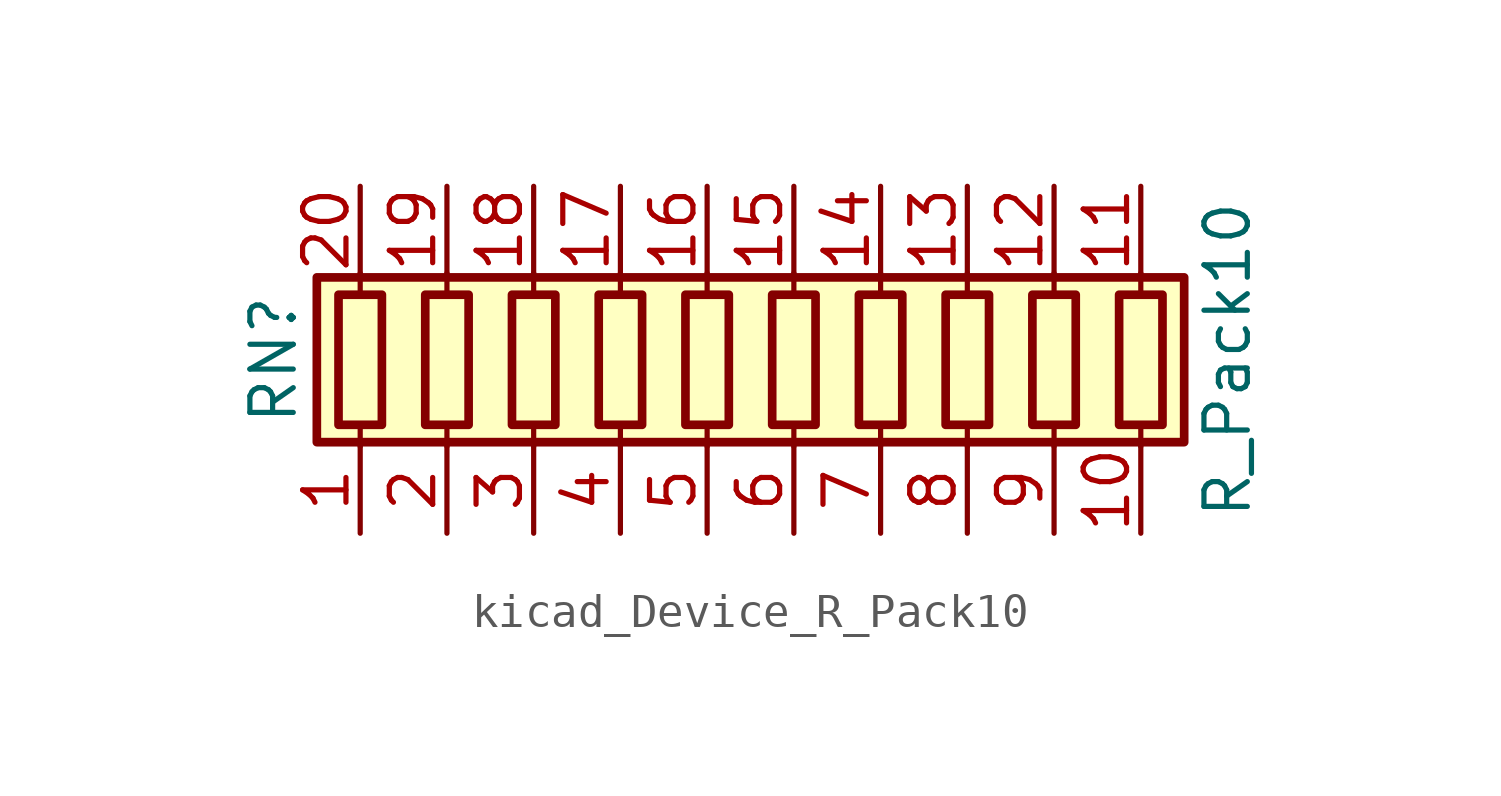
<source format=kicad_sym>
(kicad_symbol_lib
  (version 20220914)
  (generator kicad_symbol_editor)
  (symbol "kicad_Device_R_Pack10"
    (pin_names
      (offset 0) hide)
    (property "Reference" "RN"
      (at -15.24 0 90)
      (effects (font (size 1.27 1.27))))
    (property "Value" "R_Pack10"
      (at 12.7 0 90)
      (effects (font (size 1.27 1.27))))
    (symbol "kicad_Device_R_Pack10_0_1"
      (rectangle (start -13.97 -2.413) (end 11.43 2.413) (stroke (width 0.254) (type default)) (fill (type background)))
      (rectangle (start -13.335 1.905) (end -12.065 -1.905) (stroke (width 0.254) (type default)) (fill (type none)))
      (rectangle (start -10.795 1.905) (end -9.525 -1.905) (stroke (width 0.254) (type default)) (fill (type none)))
      (rectangle (start -8.255 1.905) (end -6.985 -1.905) (stroke (width 0.254) (type default)) (fill (type none)))
      (rectangle (start -5.715 1.905) (end -4.445 -1.905) (stroke (width 0.254) (type default)) (fill (type none)))
      (rectangle (start -3.175 1.905) (end -1.905 -1.905) (stroke (width 0.254) (type default)) (fill (type none)))
      (rectangle (start -0.635 1.905) (end 0.635 -1.905) (stroke (width 0.254) (type default)) (fill (type none)))
      (polyline (pts (xy -12.7 -2.54) (xy -12.7 -1.905)) (stroke (width 0) (type default)) (fill (type none)))
      (polyline (pts (xy -12.7 1.905) (xy -12.7 2.54)) (stroke (width 0) (type default)) (fill (type none)))
      (polyline (pts (xy -10.16 -2.54) (xy -10.16 -1.905)) (stroke (width 0) (type default)) (fill (type none)))
      (polyline (pts (xy -10.16 1.905) (xy -10.16 2.54)) (stroke (width 0) (type default)) (fill (type none)))
      (polyline (pts (xy -7.62 -2.54) (xy -7.62 -1.905)) (stroke (width 0) (type default)) (fill (type none)))
      (polyline (pts (xy -7.62 1.905) (xy -7.62 2.54)) (stroke (width 0) (type default)) (fill (type none)))
      (polyline (pts (xy -5.08 -2.54) (xy -5.08 -1.905)) (stroke (width 0) (type default)) (fill (type none)))
      (polyline (pts (xy -5.08 1.905) (xy -5.08 2.54)) (stroke (width 0) (type default)) (fill (type none)))
      (polyline (pts (xy -2.54 -2.54) (xy -2.54 -1.905)) (stroke (width 0) (type default)) (fill (type none)))
      (polyline (pts (xy -2.54 1.905) (xy -2.54 2.54)) (stroke (width 0) (type default)) (fill (type none)))
      (polyline (pts (xy 0 -2.54) (xy 0 -1.905)) (stroke (width 0) (type default)) (fill (type none)))
      (polyline (pts (xy 0 1.905) (xy 0 2.54)) (stroke (width 0) (type default)) (fill (type none)))
      (polyline (pts (xy 2.54 -2.54) (xy 2.54 -1.905)) (stroke (width 0) (type default)) (fill (type none)))
      (polyline (pts (xy 2.54 1.905) (xy 2.54 2.54)) (stroke (width 0) (type default)) (fill (type none)))
      (polyline (pts (xy 5.08 -2.54) (xy 5.08 -1.905)) (stroke (width 0) (type default)) (fill (type none)))
      (polyline (pts (xy 5.08 1.905) (xy 5.08 2.54)) (stroke (width 0) (type default)) (fill (type none)))
      (polyline (pts (xy 7.62 -2.54) (xy 7.62 -1.905)) (stroke (width 0) (type default)) (fill (type none)))
      (polyline (pts (xy 7.62 1.905) (xy 7.62 2.54)) (stroke (width 0) (type default)) (fill (type none)))
      (polyline (pts (xy 10.16 -2.54) (xy 10.16 -1.905)) (stroke (width 0) (type default)) (fill (type none)))
      (polyline (pts (xy 10.16 1.905) (xy 10.16 2.54)) (stroke (width 0) (type default)) (fill (type none)))
      (rectangle (start 1.905 1.905) (end 3.175 -1.905) (stroke (width 0.254) (type default)) (fill (type none)))
      (rectangle (start 4.445 1.905) (end 5.715 -1.905) (stroke (width 0.254) (type default)) (fill (type none)))
      (rectangle (start 6.985 1.905) (end 8.255 -1.905) (stroke (width 0.254) (type default)) (fill (type none)))
      (rectangle (start 9.525 1.905) (end 10.795 -1.905) (stroke (width 0.254) (type default)) (fill (type none))))
    (symbol "kicad_Device_R_Pack10_1_1"
      (pin passive line (at -12.7 -5.08 90) (length 2.54) (name "R1.1" (effects (font (size 1.27 1.27)))) (number "1" (effects (font (size 1.27 1.27)))))
      (pin passive line (at 10.16 -5.08 90) (length 2.54) (name "R10.1" (effects (font (size 1.27 1.27)))) (number "10" (effects (font (size 1.27 1.27)))))
      (pin passive line (at 10.16 5.08 270) (length 2.54) (name "R10.2" (effects (font (size 1.27 1.27)))) (number "11" (effects (font (size 1.27 1.27)))))
      (pin passive line (at 7.62 5.08 270) (length 2.54) (name "R9.2" (effects (font (size 1.27 1.27)))) (number "12" (effects (font (size 1.27 1.27)))))
      (pin passive line (at 5.08 5.08 270) (length 2.54) (name "R8.2" (effects (font (size 1.27 1.27)))) (number "13" (effects (font (size 1.27 1.27)))))
      (pin passive line (at 2.54 5.08 270) (length 2.54) (name "R7.2" (effects (font (size 1.27 1.27)))) (number "14" (effects (font (size 1.27 1.27)))))
      (pin passive line (at 0 5.08 270) (length 2.54) (name "R6.2" (effects (font (size 1.27 1.27)))) (number "15" (effects (font (size 1.27 1.27)))))
      (pin passive line (at -2.54 5.08 270) (length 2.54) (name "R5.2" (effects (font (size 1.27 1.27)))) (number "16" (effects (font (size 1.27 1.27)))))
      (pin passive line (at -5.08 5.08 270) (length 2.54) (name "R4.2" (effects (font (size 1.27 1.27)))) (number "17" (effects (font (size 1.27 1.27)))))
      (pin passive line (at -7.62 5.08 270) (length 2.54) (name "R3.2" (effects (font (size 1.27 1.27)))) (number "18" (effects (font (size 1.27 1.27)))))
      (pin passive line (at -10.16 5.08 270) (length 2.54) (name "R2.2" (effects (font (size 1.27 1.27)))) (number "19" (effects (font (size 1.27 1.27)))))
      (pin passive line (at -10.16 -5.08 90) (length 2.54) (name "R2.1" (effects (font (size 1.27 1.27)))) (number "2" (effects (font (size 1.27 1.27)))))
      (pin passive line (at -12.7 5.08 270) (length 2.54) (name "R1.2" (effects (font (size 1.27 1.27)))) (number "20" (effects (font (size 1.27 1.27)))))
      (pin passive line (at -7.62 -5.08 90) (length 2.54) (name "R3.1" (effects (font (size 1.27 1.27)))) (number "3" (effects (font (size 1.27 1.27)))))
      (pin passive line (at -5.08 -5.08 90) (length 2.54) (name "R4.1" (effects (font (size 1.27 1.27)))) (number "4" (effects (font (size 1.27 1.27)))))
      (pin passive line (at -2.54 -5.08 90) (length 2.54) (name "R5.1" (effects (font (size 1.27 1.27)))) (number "5" (effects (font (size 1.27 1.27)))))
      (pin passive line (at 0 -5.08 90) (length 2.54) (name "R6.1" (effects (font (size 1.27 1.27)))) (number "6" (effects (font (size 1.27 1.27)))))
      (pin passive line (at 2.54 -5.08 90) (length 2.54) (name "R7.1" (effects (font (size 1.27 1.27)))) (number "7" (effects (font (size 1.27 1.27)))))
      (pin passive line (at 5.08 -5.08 90) (length 2.54) (name "R8.1" (effects (font (size 1.27 1.27)))) (number "8" (effects (font (size 1.27 1.27)))))
      (pin passive line (at 7.62 -5.08 90) (length 2.54) (name "R9.1" (effects (font (size 1.27 1.27)))) (number "9" (effects (font (size 1.27 1.27))))))))
</source>
